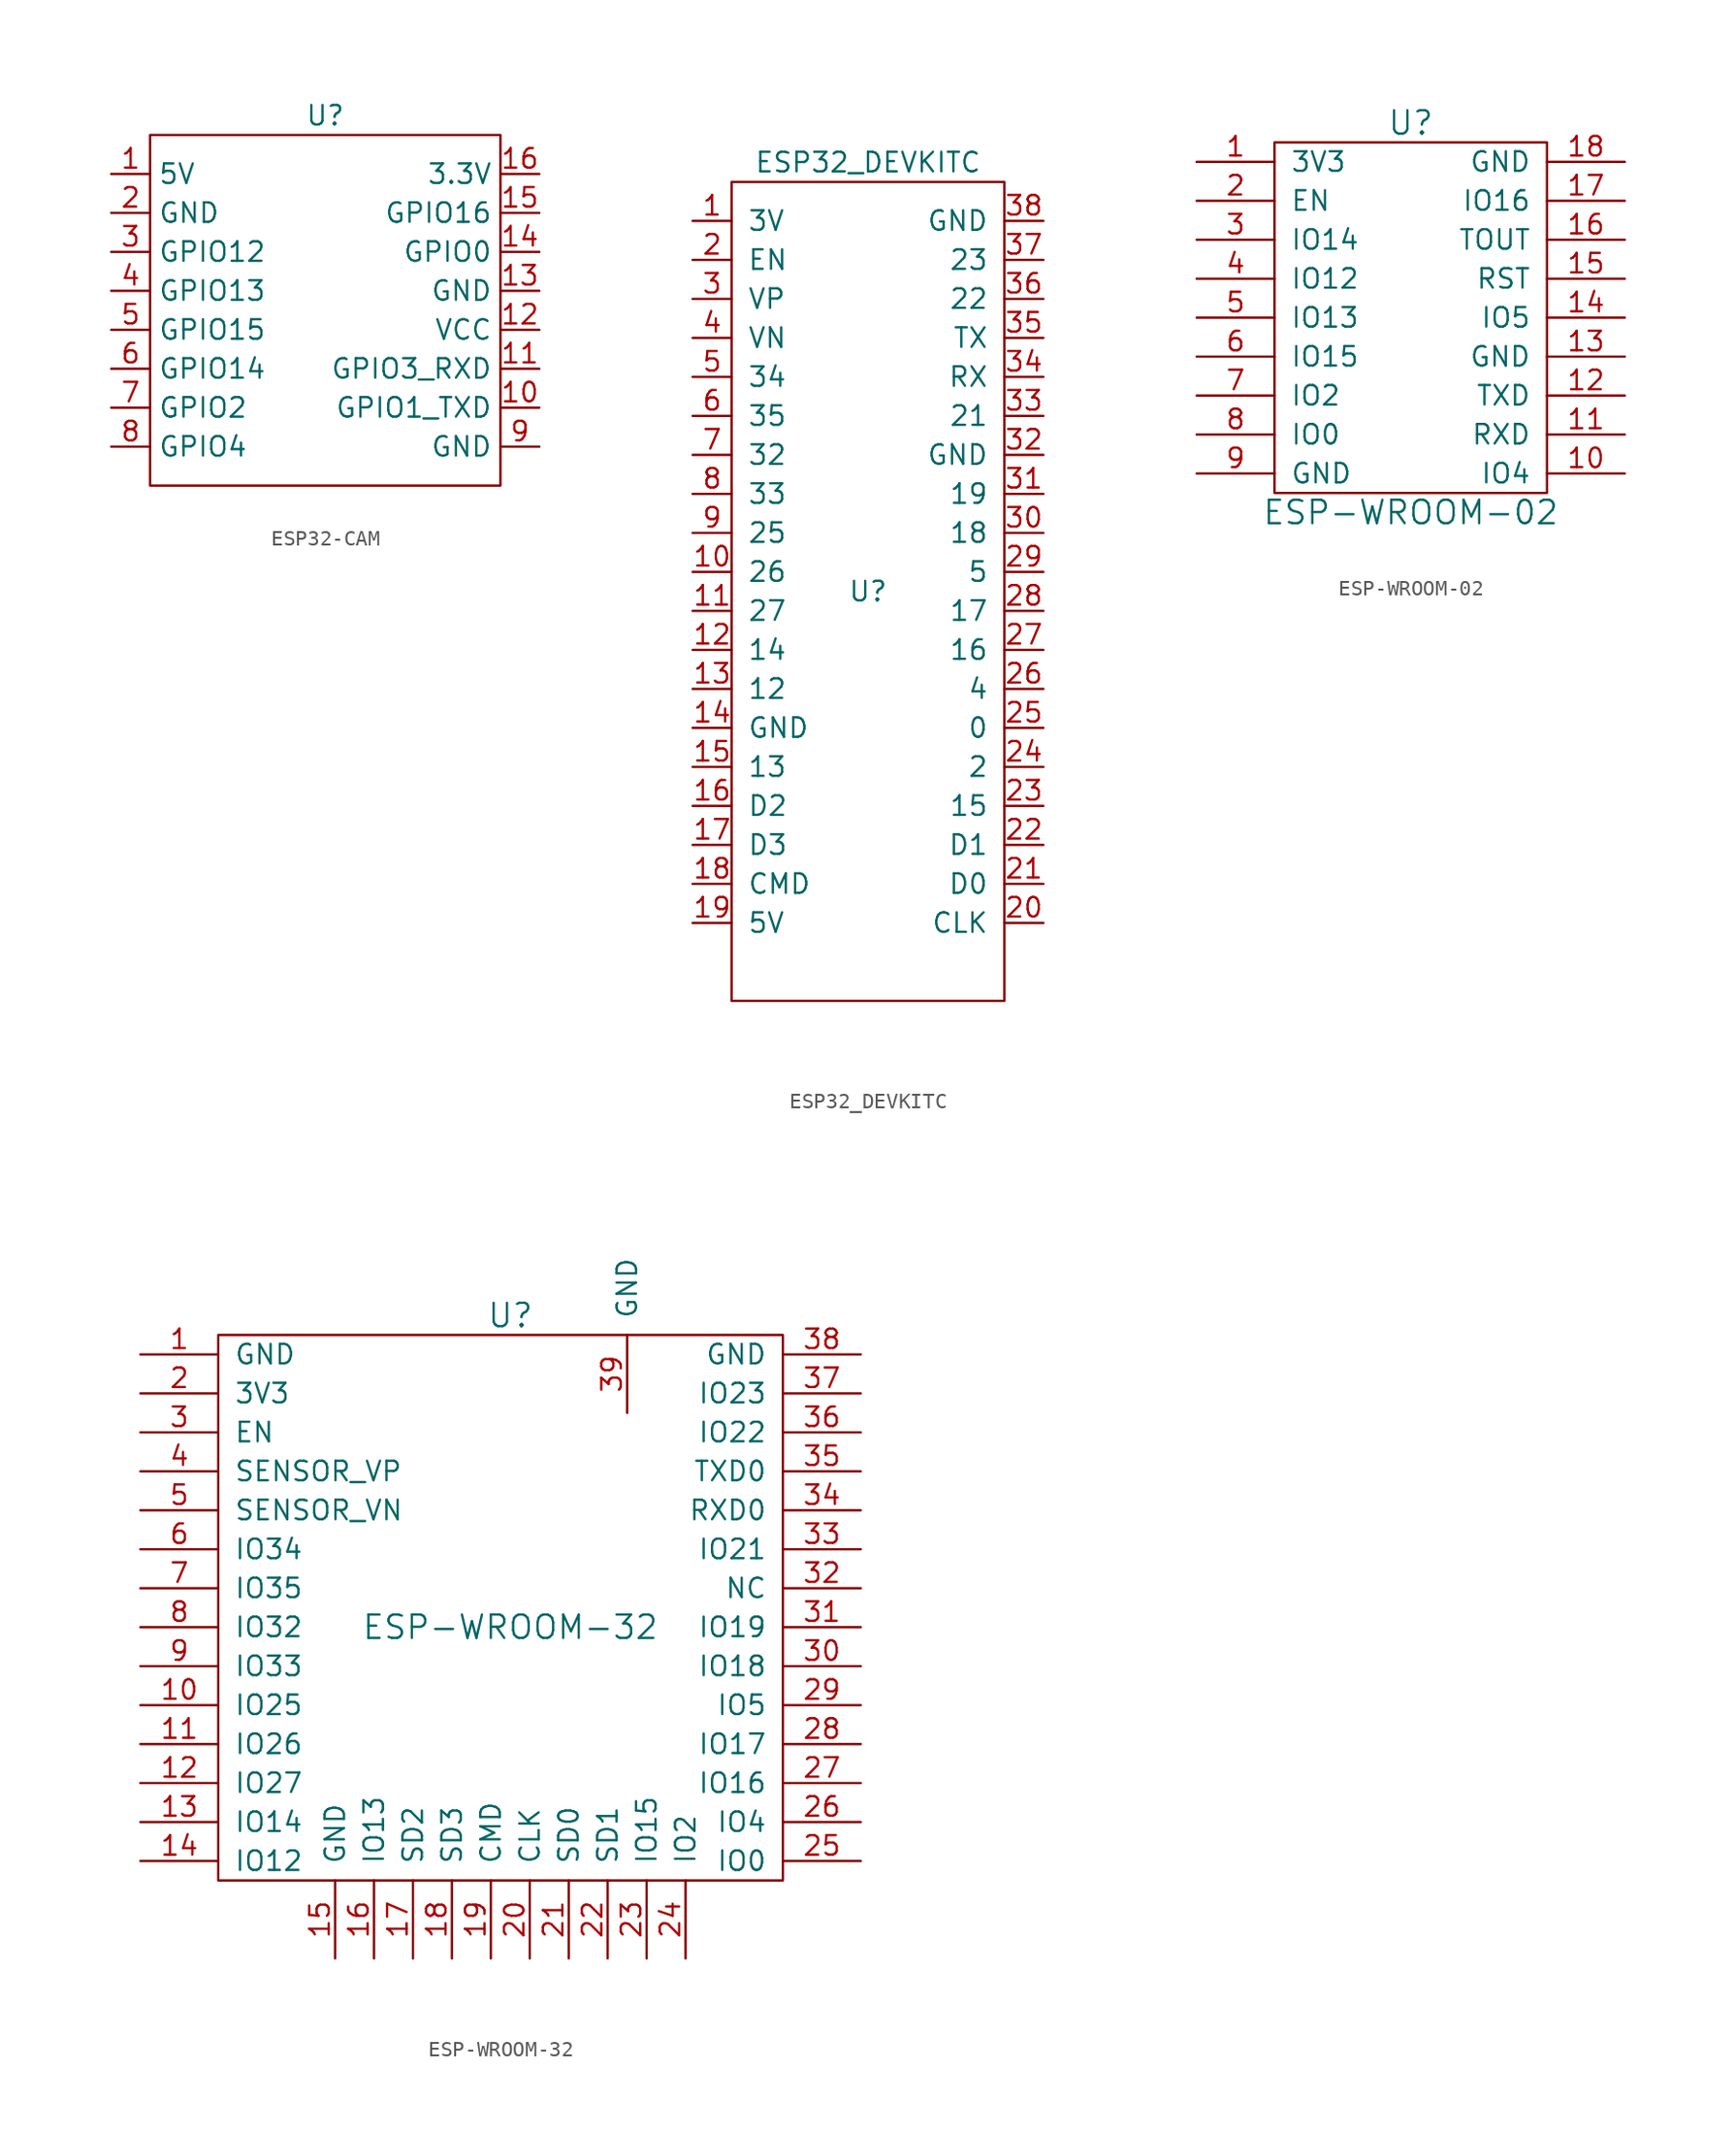
<source format=kicad_sym>
(kicad_symbol_lib
  (version 20220914)
  (generator kicad_symbol_editor)
  (symbol "ESP32-CAM"
    (property "Reference" "U"
      (at 0 12.7 0)
      (effects (font (size 1.27 1.27))))
    (property "Value" ""
      (at -1.27 1.27 0)
      (effects (font (size 1.27 1.27))))
    (symbol "ESP32-CAM_0_1"
      (polyline (pts (xy -11.43 11.43) (xy -11.43 -11.43) (xy 11.43 -11.43) (xy 11.43 11.43) (xy -11.43 11.43)) (stroke (width 0) (type default)) (fill (type none))))
    (symbol "ESP32-CAM_1_1"
      (pin power_in line (at -13.97 8.89 0) (length 2.54) (name "5V" (effects (font (size 1.27 1.27)))) (number "1" (effects (font (size 1.27 1.27)))))
      (pin output line (at 13.97 -6.35 180) (length 2.54) (name "GPIO1_TXD" (effects (font (size 1.27 1.27)))) (number "10" (effects (font (size 1.27 1.27)))))
      (pin input line (at 13.97 -3.81 180) (length 2.54) (name "GPIO3_RXD" (effects (font (size 1.27 1.27)))) (number "11" (effects (font (size 1.27 1.27)))))
      (pin power_in line (at 13.97 -1.27 180) (length 2.54) (name "VCC" (effects (font (size 1.27 1.27)))) (number "12" (effects (font (size 1.27 1.27)))))
      (pin power_in line (at 13.97 1.27 180) (length 2.54) (name "GND" (effects (font (size 1.27 1.27)))) (number "13" (effects (font (size 1.27 1.27)))))
      (pin bidirectional line (at 13.97 3.81 180) (length 2.54) (name "GPIO0" (effects (font (size 1.27 1.27)))) (number "14" (effects (font (size 1.27 1.27)))))
      (pin bidirectional line (at 13.97 6.35 180) (length 2.54) (name "GPIO16" (effects (font (size 1.27 1.27)))) (number "15" (effects (font (size 1.27 1.27)))))
      (pin power_out line (at 13.97 8.89 180) (length 2.54) (name "3.3V" (effects (font (size 1.27 1.27)))) (number "16" (effects (font (size 1.27 1.27)))))
      (pin power_in line (at -13.97 6.35 0) (length 2.54) (name "GND" (effects (font (size 1.27 1.27)))) (number "2" (effects (font (size 1.27 1.27)))))
      (pin bidirectional line (at -13.97 3.81 0) (length 2.54) (name "GPIO12" (effects (font (size 1.27 1.27)))) (number "3" (effects (font (size 1.27 1.27)))))
      (pin bidirectional line (at -13.97 1.27 0) (length 2.54) (name "GPIO13" (effects (font (size 1.27 1.27)))) (number "4" (effects (font (size 1.27 1.27)))))
      (pin bidirectional line (at -13.97 -1.27 0) (length 2.54) (name "GPIO15" (effects (font (size 1.27 1.27)))) (number "5" (effects (font (size 1.27 1.27)))))
      (pin bidirectional line (at -13.97 -3.81 0) (length 2.54) (name "GPIO14" (effects (font (size 1.27 1.27)))) (number "6" (effects (font (size 1.27 1.27)))))
      (pin bidirectional line (at -13.97 -6.35 0) (length 2.54) (name "GPIO2" (effects (font (size 1.27 1.27)))) (number "7" (effects (font (size 1.27 1.27)))))
      (pin bidirectional line (at -13.97 -8.89 0) (length 2.54) (name "GPIO4" (effects (font (size 1.27 1.27)))) (number "8" (effects (font (size 1.27 1.27)))))
      (pin power_in line (at 13.97 -8.89 180) (length 2.54) (name "GND" (effects (font (size 1.27 1.27)))) (number "9" (effects (font (size 1.27 1.27)))))))
  (symbol "ESP32_DEVKITC"
    (pin_names
      (offset 1.016))
    (property "Reference" "U"
      (at 0 0 0)
      (effects (font (size 1.27 1.27))))
    (property "Value" "ESP32_DEVKITC"
      (at 0 27.94 0)
      (effects (font (size 1.27 1.27))))
    (symbol "ESP32_DEVKITC_0_1"
      (rectangle (start -8.89 26.67) (end 8.89 -26.67) (stroke (width 0) (type solid)) (fill (type none))))
    (symbol "ESP32_DEVKITC_1_1"
      (pin input line (at -11.43 24.13 0) (length 2.54) (name "3V" (effects (font (size 1.27 1.27)))) (number "1" (effects (font (size 1.27 1.27)))))
      (pin input line (at -11.43 1.27 0) (length 2.54) (name "26" (effects (font (size 1.27 1.27)))) (number "10" (effects (font (size 1.27 1.27)))))
      (pin input line (at -11.43 -1.27 0) (length 2.54) (name "27" (effects (font (size 1.27 1.27)))) (number "11" (effects (font (size 1.27 1.27)))))
      (pin input line (at -11.43 -3.81 0) (length 2.54) (name "14" (effects (font (size 1.27 1.27)))) (number "12" (effects (font (size 1.27 1.27)))))
      (pin input line (at -11.43 -6.35 0) (length 2.54) (name "12" (effects (font (size 1.27 1.27)))) (number "13" (effects (font (size 1.27 1.27)))))
      (pin input line (at -11.43 -8.89 0) (length 2.54) (name "GND" (effects (font (size 1.27 1.27)))) (number "14" (effects (font (size 1.27 1.27)))))
      (pin input line (at -11.43 -11.43 0) (length 2.54) (name "13" (effects (font (size 1.27 1.27)))) (number "15" (effects (font (size 1.27 1.27)))))
      (pin input line (at -11.43 -13.97 0) (length 2.54) (name "D2" (effects (font (size 1.27 1.27)))) (number "16" (effects (font (size 1.27 1.27)))))
      (pin input line (at -11.43 -16.51 0) (length 2.54) (name "D3" (effects (font (size 1.27 1.27)))) (number "17" (effects (font (size 1.27 1.27)))))
      (pin input line (at -11.43 -19.05 0) (length 2.54) (name "CMD" (effects (font (size 1.27 1.27)))) (number "18" (effects (font (size 1.27 1.27)))))
      (pin input line (at -11.43 -21.59 0) (length 2.54) (name "5V" (effects (font (size 1.27 1.27)))) (number "19" (effects (font (size 1.27 1.27)))))
      (pin input line (at -11.43 21.59 0) (length 2.54) (name "EN" (effects (font (size 1.27 1.27)))) (number "2" (effects (font (size 1.27 1.27)))))
      (pin input line (at 11.43 -21.59 180) (length 2.54) (name "CLK" (effects (font (size 1.27 1.27)))) (number "20" (effects (font (size 1.27 1.27)))))
      (pin input line (at 11.43 -19.05 180) (length 2.54) (name "D0" (effects (font (size 1.27 1.27)))) (number "21" (effects (font (size 1.27 1.27)))))
      (pin input line (at 11.43 -16.51 180) (length 2.54) (name "D1" (effects (font (size 1.27 1.27)))) (number "22" (effects (font (size 1.27 1.27)))))
      (pin input line (at 11.43 -13.97 180) (length 2.54) (name "15" (effects (font (size 1.27 1.27)))) (number "23" (effects (font (size 1.27 1.27)))))
      (pin input line (at 11.43 -11.43 180) (length 2.54) (name "2" (effects (font (size 1.27 1.27)))) (number "24" (effects (font (size 1.27 1.27)))))
      (pin input line (at 11.43 -8.89 180) (length 2.54) (name "0" (effects (font (size 1.27 1.27)))) (number "25" (effects (font (size 1.27 1.27)))))
      (pin input line (at 11.43 -6.35 180) (length 2.54) (name "4" (effects (font (size 1.27 1.27)))) (number "26" (effects (font (size 1.27 1.27)))))
      (pin input line (at 11.43 -3.81 180) (length 2.54) (name "16" (effects (font (size 1.27 1.27)))) (number "27" (effects (font (size 1.27 1.27)))))
      (pin input line (at 11.43 -1.27 180) (length 2.54) (name "17" (effects (font (size 1.27 1.27)))) (number "28" (effects (font (size 1.27 1.27)))))
      (pin input line (at 11.43 1.27 180) (length 2.54) (name "5" (effects (font (size 1.27 1.27)))) (number "29" (effects (font (size 1.27 1.27)))))
      (pin input line (at -11.43 19.05 0) (length 2.54) (name "VP" (effects (font (size 1.27 1.27)))) (number "3" (effects (font (size 1.27 1.27)))))
      (pin input line (at 11.43 3.81 180) (length 2.54) (name "18" (effects (font (size 1.27 1.27)))) (number "30" (effects (font (size 1.27 1.27)))))
      (pin input line (at 11.43 6.35 180) (length 2.54) (name "19" (effects (font (size 1.27 1.27)))) (number "31" (effects (font (size 1.27 1.27)))))
      (pin input line (at 11.43 8.89 180) (length 2.54) (name "GND" (effects (font (size 1.27 1.27)))) (number "32" (effects (font (size 1.27 1.27)))))
      (pin input line (at 11.43 11.43 180) (length 2.54) (name "21" (effects (font (size 1.27 1.27)))) (number "33" (effects (font (size 1.27 1.27)))))
      (pin input line (at 11.43 13.97 180) (length 2.54) (name "RX" (effects (font (size 1.27 1.27)))) (number "34" (effects (font (size 1.27 1.27)))))
      (pin input line (at 11.43 16.51 180) (length 2.54) (name "TX" (effects (font (size 1.27 1.27)))) (number "35" (effects (font (size 1.27 1.27)))))
      (pin input line (at 11.43 19.05 180) (length 2.54) (name "22" (effects (font (size 1.27 1.27)))) (number "36" (effects (font (size 1.27 1.27)))))
      (pin input line (at 11.43 21.59 180) (length 2.54) (name "23" (effects (font (size 1.27 1.27)))) (number "37" (effects (font (size 1.27 1.27)))))
      (pin input line (at 11.43 24.13 180) (length 2.54) (name "GND" (effects (font (size 1.27 1.27)))) (number "38" (effects (font (size 1.27 1.27)))))
      (pin input line (at -11.43 16.51 0) (length 2.54) (name "VN" (effects (font (size 1.27 1.27)))) (number "4" (effects (font (size 1.27 1.27)))))
      (pin input line (at -11.43 13.97 0) (length 2.54) (name "34" (effects (font (size 1.27 1.27)))) (number "5" (effects (font (size 1.27 1.27)))))
      (pin input line (at -11.43 11.43 0) (length 2.54) (name "35" (effects (font (size 1.27 1.27)))) (number "6" (effects (font (size 1.27 1.27)))))
      (pin input line (at -11.43 8.89 0) (length 2.54) (name "32" (effects (font (size 1.27 1.27)))) (number "7" (effects (font (size 1.27 1.27)))))
      (pin input line (at -11.43 6.35 0) (length 2.54) (name "33" (effects (font (size 1.27 1.27)))) (number "8" (effects (font (size 1.27 1.27)))))
      (pin input line (at -11.43 3.81 0) (length 2.54) (name "25" (effects (font (size 1.27 1.27)))) (number "9" (effects (font (size 1.27 1.27)))))))
  (symbol "ESP-WROOM-02"
    (pin_names
      (offset 1.016))
    (property "Reference" "U"
      (at 0 11.43 0)
      (effects (font (size 1.524 1.524))))
    (property "Value" "ESP-WROOM-02"
      (at 0 -13.97 0)
      (effects (font (size 1.524 1.524))))
    (property "Footprint" ""
      (at 2.54 0 0)
      (effects (font (size 1.524 1.524))))
    (property "Datasheet" ""
      (at 2.54 0 0)
      (effects (font (size 1.524 1.524))))
    (symbol "ESP-WROOM-02_0_1"
      (rectangle (start -8.89 10.16) (end 8.89 -12.7) (stroke (width 0) (type solid)) (fill (type none))))
    (symbol "ESP-WROOM-02_1_1"
      (pin power_in line (at -13.97 8.89 0) (length 5.08) (name "3V3" (effects (font (size 1.27 1.27)))) (number "1" (effects (font (size 1.27 1.27)))))
      (pin bidirectional line (at 13.97 -11.43 180) (length 5.08) (name "IO4" (effects (font (size 1.27 1.27)))) (number "10" (effects (font (size 1.27 1.27)))))
      (pin bidirectional line (at 13.97 -8.89 180) (length 5.08) (name "RXD" (effects (font (size 1.27 1.27)))) (number "11" (effects (font (size 1.27 1.27)))))
      (pin bidirectional line (at 13.97 -6.35 180) (length 5.08) (name "TXD" (effects (font (size 1.27 1.27)))) (number "12" (effects (font (size 1.27 1.27)))))
      (pin power_in line (at 13.97 -3.81 180) (length 5.08) (name "GND" (effects (font (size 1.27 1.27)))) (number "13" (effects (font (size 1.27 1.27)))))
      (pin bidirectional line (at 13.97 -1.27 180) (length 5.08) (name "IO5" (effects (font (size 1.27 1.27)))) (number "14" (effects (font (size 1.27 1.27)))))
      (pin input line (at 13.97 1.27 180) (length 5.08) (name "RST" (effects (font (size 1.27 1.27)))) (number "15" (effects (font (size 1.27 1.27)))))
      (pin input line (at 13.97 3.81 180) (length 5.08) (name "TOUT" (effects (font (size 1.27 1.27)))) (number "16" (effects (font (size 1.27 1.27)))))
      (pin bidirectional line (at 13.97 6.35 180) (length 5.08) (name "IO16" (effects (font (size 1.27 1.27)))) (number "17" (effects (font (size 1.27 1.27)))))
      (pin power_in line (at 13.97 8.89 180) (length 5.08) (name "GND" (effects (font (size 1.27 1.27)))) (number "18" (effects (font (size 1.27 1.27)))))
      (pin input line (at -13.97 6.35 0) (length 5.08) (name "EN" (effects (font (size 1.27 1.27)))) (number "2" (effects (font (size 1.27 1.27)))))
      (pin bidirectional line (at -13.97 3.81 0) (length 5.08) (name "IO14" (effects (font (size 1.27 1.27)))) (number "3" (effects (font (size 1.27 1.27)))))
      (pin bidirectional line (at -13.97 1.27 0) (length 5.08) (name "IO12" (effects (font (size 1.27 1.27)))) (number "4" (effects (font (size 1.27 1.27)))))
      (pin bidirectional line (at -13.97 -1.27 0) (length 5.08) (name "IO13" (effects (font (size 1.27 1.27)))) (number "5" (effects (font (size 1.27 1.27)))))
      (pin bidirectional line (at -13.97 -3.81 0) (length 5.08) (name "IO15" (effects (font (size 1.27 1.27)))) (number "6" (effects (font (size 1.27 1.27)))))
      (pin bidirectional line (at -13.97 -6.35 0) (length 5.08) (name "IO2" (effects (font (size 1.27 1.27)))) (number "7" (effects (font (size 1.27 1.27)))))
      (pin bidirectional line (at -13.97 -8.89 0) (length 5.08) (name "IO0" (effects (font (size 1.27 1.27)))) (number "8" (effects (font (size 1.27 1.27)))))
      (pin power_in line (at -13.97 -11.43 0) (length 5.08) (name "GND" (effects (font (size 1.27 1.27)))) (number "9" (effects (font (size 1.27 1.27)))))))
  (symbol "ESP-WROOM-32"
    (pin_names
      (offset 1.016))
    (property "Reference" "U"
      (at 0 20.32 0)
      (effects (font (size 1.524 1.524))))
    (property "Value" "ESP-WROOM-32"
      (at 0 0 0)
      (effects (font (size 1.524 1.524))))
    (property "Footprint" ""
      (at 0 0 0)
      (effects (font (size 1.524 1.524))))
    (property "Datasheet" ""
      (at 0 0 0)
      (effects (font (size 1.524 1.524))))
    (symbol "ESP-WROOM-32_0_1"
      (rectangle (start -19.05 -16.51) (end 17.78 19.05) (stroke (width 0) (type solid)) (fill (type none))))
    (symbol "ESP-WROOM-32_1_1"
      (pin input line (at -24.13 17.78 0) (length 5.08) (name "GND" (effects (font (size 1.27 1.27)))) (number "1" (effects (font (size 1.27 1.27)))))
      (pin input line (at -24.13 -5.08 0) (length 5.08) (name "IO25" (effects (font (size 1.27 1.27)))) (number "10" (effects (font (size 1.27 1.27)))))
      (pin input line (at -24.13 -7.62 0) (length 5.08) (name "IO26" (effects (font (size 1.27 1.27)))) (number "11" (effects (font (size 1.27 1.27)))))
      (pin input line (at -24.13 -10.16 0) (length 5.08) (name "IO27" (effects (font (size 1.27 1.27)))) (number "12" (effects (font (size 1.27 1.27)))))
      (pin input line (at -24.13 -12.7 0) (length 5.08) (name "IO14" (effects (font (size 1.27 1.27)))) (number "13" (effects (font (size 1.27 1.27)))))
      (pin input line (at -24.13 -15.24 0) (length 5.08) (name "IO12" (effects (font (size 1.27 1.27)))) (number "14" (effects (font (size 1.27 1.27)))))
      (pin input line (at -11.43 -21.59 90) (length 5.08) (name "GND" (effects (font (size 1.27 1.27)))) (number "15" (effects (font (size 1.27 1.27)))))
      (pin input line (at -8.89 -21.59 90) (length 5.08) (name "IO13" (effects (font (size 1.27 1.27)))) (number "16" (effects (font (size 1.27 1.27)))))
      (pin input line (at -6.35 -21.59 90) (length 5.08) (name "SD2" (effects (font (size 1.27 1.27)))) (number "17" (effects (font (size 1.27 1.27)))))
      (pin input line (at -3.81 -21.59 90) (length 5.08) (name "SD3" (effects (font (size 1.27 1.27)))) (number "18" (effects (font (size 1.27 1.27)))))
      (pin input line (at -1.27 -21.59 90) (length 5.08) (name "CMD" (effects (font (size 1.27 1.27)))) (number "19" (effects (font (size 1.27 1.27)))))
      (pin input line (at -24.13 15.24 0) (length 5.08) (name "3V3" (effects (font (size 1.27 1.27)))) (number "2" (effects (font (size 1.27 1.27)))))
      (pin input line (at 1.27 -21.59 90) (length 5.08) (name "CLK" (effects (font (size 1.27 1.27)))) (number "20" (effects (font (size 1.27 1.27)))))
      (pin input line (at 3.81 -21.59 90) (length 5.08) (name "SD0" (effects (font (size 1.27 1.27)))) (number "21" (effects (font (size 1.27 1.27)))))
      (pin input line (at 6.35 -21.59 90) (length 5.08) (name "SD1" (effects (font (size 1.27 1.27)))) (number "22" (effects (font (size 1.27 1.27)))))
      (pin input line (at 8.89 -21.59 90) (length 5.08) (name "IO15" (effects (font (size 1.27 1.27)))) (number "23" (effects (font (size 1.27 1.27)))))
      (pin input line (at 11.43 -21.59 90) (length 5.08) (name "IO2" (effects (font (size 1.27 1.27)))) (number "24" (effects (font (size 1.27 1.27)))))
      (pin input line (at 22.86 -15.24 180) (length 5.08) (name "IO0" (effects (font (size 1.27 1.27)))) (number "25" (effects (font (size 1.27 1.27)))))
      (pin input line (at 22.86 -12.7 180) (length 5.08) (name "IO4" (effects (font (size 1.27 1.27)))) (number "26" (effects (font (size 1.27 1.27)))))
      (pin input line (at 22.86 -10.16 180) (length 5.08) (name "IO16" (effects (font (size 1.27 1.27)))) (number "27" (effects (font (size 1.27 1.27)))))
      (pin input line (at 22.86 -7.62 180) (length 5.08) (name "IO17" (effects (font (size 1.27 1.27)))) (number "28" (effects (font (size 1.27 1.27)))))
      (pin input line (at 22.86 -5.08 180) (length 5.08) (name "IO5" (effects (font (size 1.27 1.27)))) (number "29" (effects (font (size 1.27 1.27)))))
      (pin input line (at -24.13 12.7 0) (length 5.08) (name "EN" (effects (font (size 1.27 1.27)))) (number "3" (effects (font (size 1.27 1.27)))))
      (pin input line (at 22.86 -2.54 180) (length 5.08) (name "IO18" (effects (font (size 1.27 1.27)))) (number "30" (effects (font (size 1.27 1.27)))))
      (pin input line (at 22.86 0 180) (length 5.08) (name "IO19" (effects (font (size 1.27 1.27)))) (number "31" (effects (font (size 1.27 1.27)))))
      (pin input line (at 22.86 2.54 180) (length 5.08) (name "NC" (effects (font (size 1.27 1.27)))) (number "32" (effects (font (size 1.27 1.27)))))
      (pin input line (at 22.86 5.08 180) (length 5.08) (name "IO21" (effects (font (size 1.27 1.27)))) (number "33" (effects (font (size 1.27 1.27)))))
      (pin input line (at 22.86 7.62 180) (length 5.08) (name "RXD0" (effects (font (size 1.27 1.27)))) (number "34" (effects (font (size 1.27 1.27)))))
      (pin input line (at 22.86 10.16 180) (length 5.08) (name "TXD0" (effects (font (size 1.27 1.27)))) (number "35" (effects (font (size 1.27 1.27)))))
      (pin input line (at 22.86 12.7 180) (length 5.08) (name "IO22" (effects (font (size 1.27 1.27)))) (number "36" (effects (font (size 1.27 1.27)))))
      (pin input line (at 22.86 15.24 180) (length 5.08) (name "IO23" (effects (font (size 1.27 1.27)))) (number "37" (effects (font (size 1.27 1.27)))))
      (pin input line (at 22.86 17.78 180) (length 5.08) (name "GND" (effects (font (size 1.27 1.27)))) (number "38" (effects (font (size 1.27 1.27)))))
      (pin input line (at 7.62 13.97 90) (length 5.08) (name "GND" (effects (font (size 1.27 1.27)))) (number "39" (effects (font (size 1.27 1.27)))))
      (pin input line (at -24.13 10.16 0) (length 5.08) (name "SENSOR_VP" (effects (font (size 1.27 1.27)))) (number "4" (effects (font (size 1.27 1.27)))))
      (pin input line (at -24.13 7.62 0) (length 5.08) (name "SENSOR_VN" (effects (font (size 1.27 1.27)))) (number "5" (effects (font (size 1.27 1.27)))))
      (pin input line (at -24.13 5.08 0) (length 5.08) (name "IO34" (effects (font (size 1.27 1.27)))) (number "6" (effects (font (size 1.27 1.27)))))
      (pin input line (at -24.13 2.54 0) (length 5.08) (name "IO35" (effects (font (size 1.27 1.27)))) (number "7" (effects (font (size 1.27 1.27)))))
      (pin input line (at -24.13 0 0) (length 5.08) (name "IO32" (effects (font (size 1.27 1.27)))) (number "8" (effects (font (size 1.27 1.27)))))
      (pin input line (at -24.13 -2.54 0) (length 5.08) (name "IO33" (effects (font (size 1.27 1.27)))) (number "9" (effects (font (size 1.27 1.27))))))))
</source>
